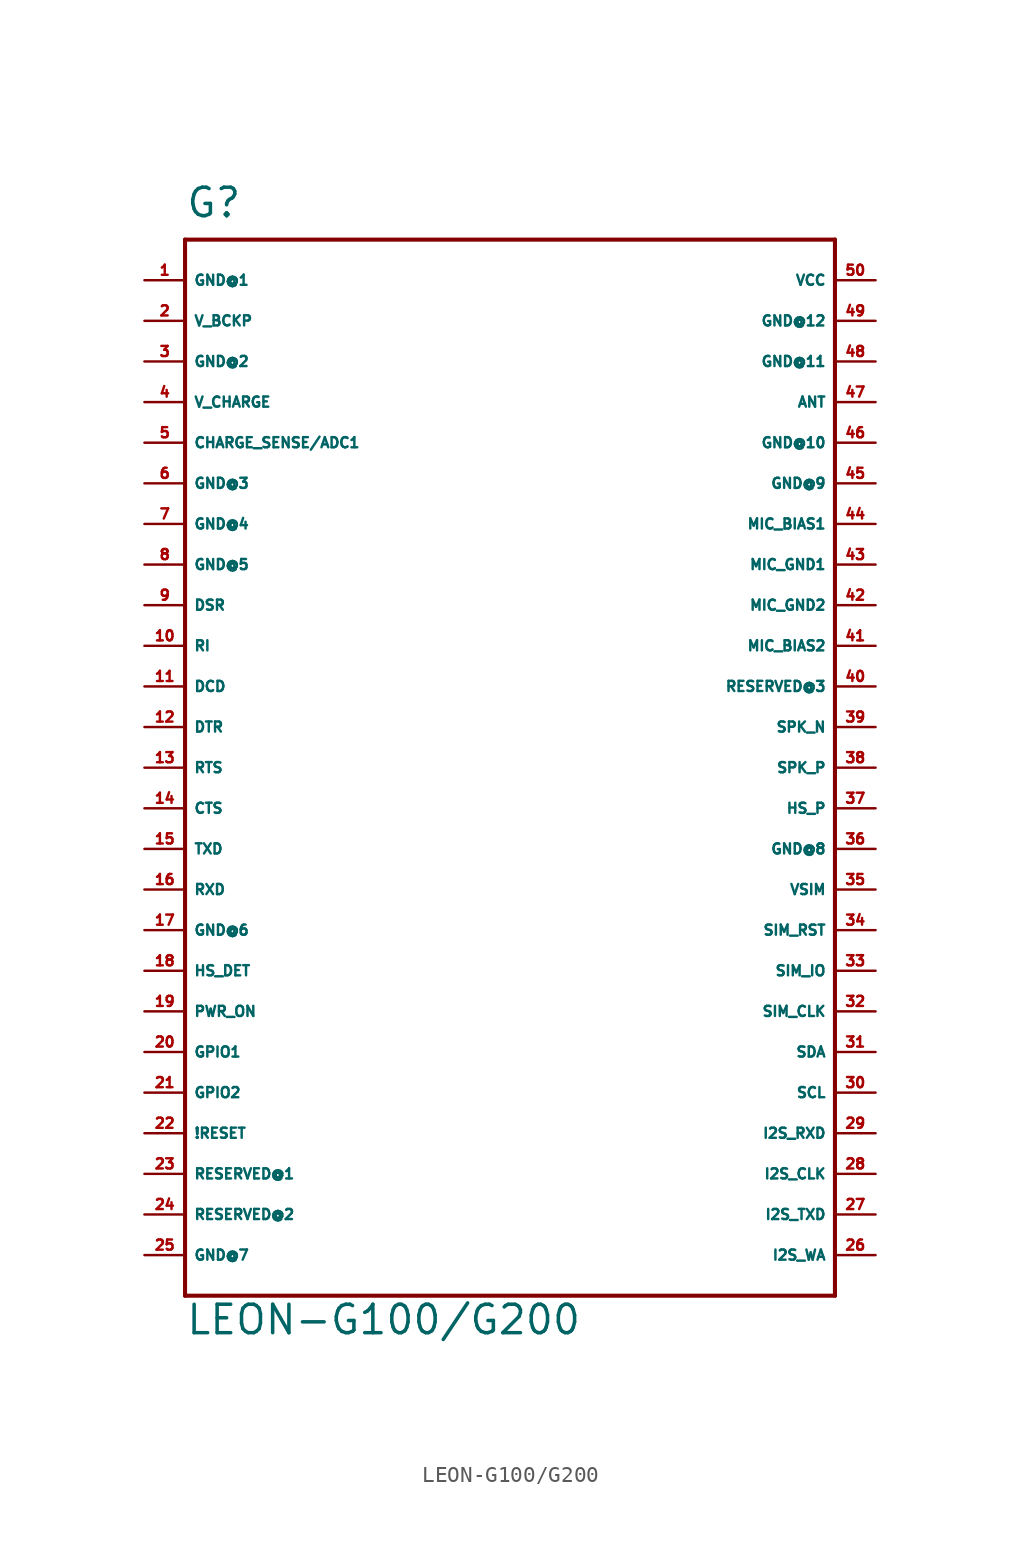
<source format=kicad_sym>
(kicad_symbol_lib
  (version 20220914)
  (generator Eagle2Kicad)
  (symbol "LEON-G100/G200"
    (property "Reference" "G"
      (at -20.32 34.29 0)
      (effects (font (size 1.778 1.778) (thickness 0.22)) (justify left bottom)))
    (property "Value" "LEON-G100/G200"
      (at -20.32 -35.56 0)
      (effects (font (size 1.778 1.778) (thickness 0.22)) (justify left bottom)))
    (polyline
      (pts (xy -20.32 33.02) (xy 20.32 33.02))
      (stroke (width 0.254) (type default))
      (fill (type none)))
    (polyline
      (pts (xy 20.32 33.02) (xy 20.32 -33.02))
      (stroke (width 0.254) (type default))
      (fill (type none)))
    (polyline
      (pts (xy 20.32 -33.02) (xy -20.32 -33.02))
      (stroke (width 0.254) (type default))
      (fill (type none)))
    (polyline
      (pts (xy -20.32 -33.02) (xy -20.32 33.02))
      (stroke (width 0.254) (type default))
      (fill (type none)))
    (pin bidirectional line
      (at 22.86 22.86 180)
      (length 2.54)
      (name "ANT" (effects (font (size 0.635 0.635) (thickness 0.08)) (justify left bottom)))
      (number "47" (effects (font (size 0.635 0.635) (thickness 0.08)) (justify left bottom))))
    (pin unspecified line
      (at -22.86 30.48 0)
      (length 2.54)
      (name "GND@1" (effects (font (size 0.635 0.635) (thickness 0.08)) (justify left bottom)))
      (number "1" (effects (font (size 0.635 0.635) (thickness 0.08)) (justify left bottom))))
    (pin unspecified line
      (at -22.86 25.4 0)
      (length 2.54)
      (name "GND@2" (effects (font (size 0.635 0.635) (thickness 0.08)) (justify left bottom)))
      (number "3" (effects (font (size 0.635 0.635) (thickness 0.08)) (justify left bottom))))
    (pin unspecified line
      (at -22.86 17.78 0)
      (length 2.54)
      (name "GND@3" (effects (font (size 0.635 0.635) (thickness 0.08)) (justify left bottom)))
      (number "6" (effects (font (size 0.635 0.635) (thickness 0.08)) (justify left bottom))))
    (pin unspecified line
      (at -22.86 15.24 0)
      (length 2.54)
      (name "GND@4" (effects (font (size 0.635 0.635) (thickness 0.08)) (justify left bottom)))
      (number "7" (effects (font (size 0.635 0.635) (thickness 0.08)) (justify left bottom))))
    (pin unspecified line
      (at -22.86 12.7 0)
      (length 2.54)
      (name "GND@5" (effects (font (size 0.635 0.635) (thickness 0.08)) (justify left bottom)))
      (number "8" (effects (font (size 0.635 0.635) (thickness 0.08)) (justify left bottom))))
    (pin unspecified line
      (at -22.86 -10.16 0)
      (length 2.54)
      (name "GND@6" (effects (font (size 0.635 0.635) (thickness 0.08)) (justify left bottom)))
      (number "17" (effects (font (size 0.635 0.635) (thickness 0.08)) (justify left bottom))))
    (pin unspecified line
      (at -22.86 -30.48 0)
      (length 2.54)
      (name "GND@7" (effects (font (size 0.635 0.635) (thickness 0.08)) (justify left bottom)))
      (number "25" (effects (font (size 0.635 0.635) (thickness 0.08)) (justify left bottom))))
    (pin unspecified line
      (at 22.86 -5.08 180)
      (length 2.54)
      (name "GND@8" (effects (font (size 0.635 0.635) (thickness 0.08)) (justify left bottom)))
      (number "36" (effects (font (size 0.635 0.635) (thickness 0.08)) (justify left bottom))))
    (pin unspecified line
      (at 22.86 17.78 180)
      (length 2.54)
      (name "GND@9" (effects (font (size 0.635 0.635) (thickness 0.08)) (justify left bottom)))
      (number "45" (effects (font (size 0.635 0.635) (thickness 0.08)) (justify left bottom))))
    (pin unspecified line
      (at 22.86 20.32 180)
      (length 2.54)
      (name "GND@10" (effects (font (size 0.635 0.635) (thickness 0.08)) (justify left bottom)))
      (number "46" (effects (font (size 0.635 0.635) (thickness 0.08)) (justify left bottom))))
    (pin unspecified line
      (at 22.86 25.4 180)
      (length 2.54)
      (name "GND@11" (effects (font (size 0.635 0.635) (thickness 0.08)) (justify left bottom)))
      (number "48" (effects (font (size 0.635 0.635) (thickness 0.08)) (justify left bottom))))
    (pin unspecified line
      (at 22.86 27.94 180)
      (length 2.54)
      (name "GND@12" (effects (font (size 0.635 0.635) (thickness 0.08)) (justify left bottom)))
      (number "49" (effects (font (size 0.635 0.635) (thickness 0.08)) (justify left bottom))))
    (pin unspecified line
      (at 22.86 30.48 180)
      (length 2.54)
      (name "VCC" (effects (font (size 0.635 0.635) (thickness 0.08)) (justify left bottom)))
      (number "50" (effects (font (size 0.635 0.635) (thickness 0.08)) (justify left bottom))))
    (pin input line
      (at -22.86 22.86 0)
      (length 2.54)
      (name "V_CHARGE" (effects (font (size 0.635 0.635) (thickness 0.08)) (justify left bottom)))
      (number "4" (effects (font (size 0.635 0.635) (thickness 0.08)) (justify left bottom))))
    (pin input line
      (at -22.86 27.94 0)
      (length 2.54)
      (name "V_BCKP" (effects (font (size 0.635 0.635) (thickness 0.08)) (justify left bottom)))
      (number "2" (effects (font (size 0.635 0.635) (thickness 0.08)) (justify left bottom))))
    (pin input line
      (at -22.86 20.32 0)
      (length 2.54)
      (name "CHARGE_SENSE/ADC1" (effects (font (size 0.635 0.635) (thickness 0.08)) (justify left bottom)))
      (number "5" (effects (font (size 0.635 0.635) (thickness 0.08)) (justify left bottom))))
    (pin input line
      (at -22.86 10.16 0)
      (length 2.54)
      (name "DSR" (effects (font (size 0.635 0.635) (thickness 0.08)) (justify left bottom)))
      (number "9" (effects (font (size 0.635 0.635) (thickness 0.08)) (justify left bottom))))
    (pin input line
      (at -22.86 7.62 0)
      (length 2.54)
      (name "RI" (effects (font (size 0.635 0.635) (thickness 0.08)) (justify left bottom)))
      (number "10" (effects (font (size 0.635 0.635) (thickness 0.08)) (justify left bottom))))
    (pin input line
      (at -22.86 5.08 0)
      (length 2.54)
      (name "DCD" (effects (font (size 0.635 0.635) (thickness 0.08)) (justify left bottom)))
      (number "11" (effects (font (size 0.635 0.635) (thickness 0.08)) (justify left bottom))))
    (pin input line
      (at -22.86 2.54 0)
      (length 2.54)
      (name "DTR" (effects (font (size 0.635 0.635) (thickness 0.08)) (justify left bottom)))
      (number "12" (effects (font (size 0.635 0.635) (thickness 0.08)) (justify left bottom))))
    (pin output line
      (at -22.86 0 0)
      (length 2.54)
      (name "RTS" (effects (font (size 0.635 0.635) (thickness 0.08)) (justify left bottom)))
      (number "13" (effects (font (size 0.635 0.635) (thickness 0.08)) (justify left bottom))))
    (pin input line
      (at -22.86 -2.54 0)
      (length 2.54)
      (name "CTS" (effects (font (size 0.635 0.635) (thickness 0.08)) (justify left bottom)))
      (number "14" (effects (font (size 0.635 0.635) (thickness 0.08)) (justify left bottom))))
    (pin output line
      (at -22.86 -5.08 0)
      (length 2.54)
      (name "TXD" (effects (font (size 0.635 0.635) (thickness 0.08)) (justify left bottom)))
      (number "15" (effects (font (size 0.635 0.635) (thickness 0.08)) (justify left bottom))))
    (pin input line
      (at -22.86 -7.62 0)
      (length 2.54)
      (name "RXD" (effects (font (size 0.635 0.635) (thickness 0.08)) (justify left bottom)))
      (number "16" (effects (font (size 0.635 0.635) (thickness 0.08)) (justify left bottom))))
    (pin input line
      (at -22.86 -17.78 0)
      (length 2.54)
      (name "GPIO1" (effects (font (size 0.635 0.635) (thickness 0.08)) (justify left bottom)))
      (number "20" (effects (font (size 0.635 0.635) (thickness 0.08)) (justify left bottom))))
    (pin input line
      (at -22.86 -20.32 0)
      (length 2.54)
      (name "GPIO2" (effects (font (size 0.635 0.635) (thickness 0.08)) (justify left bottom)))
      (number "21" (effects (font (size 0.635 0.635) (thickness 0.08)) (justify left bottom))))
    (pin input line
      (at -22.86 -22.86 0)
      (length 2.54)
      (name "!RESET" (effects (font (size 0.635 0.635) (thickness 0.08)) (justify left bottom)))
      (number "22" (effects (font (size 0.635 0.635) (thickness 0.08)) (justify left bottom))))
    (pin passive line
      (at -22.86 -25.4 0)
      (length 2.54)
      (name "RESERVED@1" (effects (font (size 0.635 0.635) (thickness 0.08)) (justify left bottom)))
      (number "23" (effects (font (size 0.635 0.635) (thickness 0.08)) (justify left bottom))))
    (pin passive line
      (at -22.86 -27.94 0)
      (length 2.54)
      (name "RESERVED@2" (effects (font (size 0.635 0.635) (thickness 0.08)) (justify left bottom)))
      (number "24" (effects (font (size 0.635 0.635) (thickness 0.08)) (justify left bottom))))
    (pin output line
      (at 22.86 -30.48 180)
      (length 2.54)
      (name "I2S_WA" (effects (font (size 0.635 0.635) (thickness 0.08)) (justify left bottom)))
      (number "26" (effects (font (size 0.635 0.635) (thickness 0.08)) (justify left bottom))))
    (pin output line
      (at 22.86 -27.94 180)
      (length 2.54)
      (name "I2S_TXD" (effects (font (size 0.635 0.635) (thickness 0.08)) (justify left bottom)))
      (number "27" (effects (font (size 0.635 0.635) (thickness 0.08)) (justify left bottom))))
    (pin output line
      (at 22.86 -25.4 180)
      (length 2.54)
      (name "I2S_CLK" (effects (font (size 0.635 0.635) (thickness 0.08)) (justify left bottom)))
      (number "28" (effects (font (size 0.635 0.635) (thickness 0.08)) (justify left bottom))))
    (pin output line
      (at 22.86 -22.86 180)
      (length 2.54)
      (name "I2S_RXD" (effects (font (size 0.635 0.635) (thickness 0.08)) (justify left bottom)))
      (number "29" (effects (font (size 0.635 0.635) (thickness 0.08)) (justify left bottom))))
    (pin input line
      (at 22.86 -20.32 180)
      (length 2.54)
      (name "SCL" (effects (font (size 0.635 0.635) (thickness 0.08)) (justify left bottom)))
      (number "30" (effects (font (size 0.635 0.635) (thickness 0.08)) (justify left bottom))))
    (pin input line
      (at 22.86 -17.78 180)
      (length 2.54)
      (name "SDA" (effects (font (size 0.635 0.635) (thickness 0.08)) (justify left bottom)))
      (number "31" (effects (font (size 0.635 0.635) (thickness 0.08)) (justify left bottom))))
    (pin input line
      (at 22.86 -15.24 180)
      (length 2.54)
      (name "SIM_CLK" (effects (font (size 0.635 0.635) (thickness 0.08)) (justify left bottom)))
      (number "32" (effects (font (size 0.635 0.635) (thickness 0.08)) (justify left bottom))))
    (pin input line
      (at 22.86 -12.7 180)
      (length 2.54)
      (name "SIM_IO" (effects (font (size 0.635 0.635) (thickness 0.08)) (justify left bottom)))
      (number "33" (effects (font (size 0.635 0.635) (thickness 0.08)) (justify left bottom))))
    (pin input line
      (at 22.86 -10.16 180)
      (length 2.54)
      (name "SIM_RST" (effects (font (size 0.635 0.635) (thickness 0.08)) (justify left bottom)))
      (number "34" (effects (font (size 0.635 0.635) (thickness 0.08)) (justify left bottom))))
    (pin input line
      (at 22.86 -7.62 180)
      (length 2.54)
      (name "VSIM" (effects (font (size 0.635 0.635) (thickness 0.08)) (justify left bottom)))
      (number "35" (effects (font (size 0.635 0.635) (thickness 0.08)) (justify left bottom))))
    (pin output line
      (at 22.86 -2.54 180)
      (length 2.54)
      (name "HS_P" (effects (font (size 0.635 0.635) (thickness 0.08)) (justify left bottom)))
      (number "37" (effects (font (size 0.635 0.635) (thickness 0.08)) (justify left bottom))))
    (pin output line
      (at 22.86 0 180)
      (length 2.54)
      (name "SPK_P" (effects (font (size 0.635 0.635) (thickness 0.08)) (justify left bottom)))
      (number "38" (effects (font (size 0.635 0.635) (thickness 0.08)) (justify left bottom))))
    (pin output line
      (at 22.86 2.54 180)
      (length 2.54)
      (name "SPK_N" (effects (font (size 0.635 0.635) (thickness 0.08)) (justify left bottom)))
      (number "39" (effects (font (size 0.635 0.635) (thickness 0.08)) (justify left bottom))))
    (pin passive line
      (at 22.86 5.08 180)
      (length 2.54)
      (name "RESERVED@3" (effects (font (size 0.635 0.635) (thickness 0.08)) (justify left bottom)))
      (number "40" (effects (font (size 0.635 0.635) (thickness 0.08)) (justify left bottom))))
    (pin input line
      (at -22.86 -12.7 0)
      (length 2.54)
      (name "HS_DET" (effects (font (size 0.635 0.635) (thickness 0.08)) (justify left bottom)))
      (number "18" (effects (font (size 0.635 0.635) (thickness 0.08)) (justify left bottom))))
    (pin input line
      (at -22.86 -15.24 0)
      (length 2.54)
      (name "PWR_ON" (effects (font (size 0.635 0.635) (thickness 0.08)) (justify left bottom)))
      (number "19" (effects (font (size 0.635 0.635) (thickness 0.08)) (justify left bottom))))
    (pin input line
      (at 22.86 7.62 180)
      (length 2.54)
      (name "MIC_BIAS2" (effects (font (size 0.635 0.635) (thickness 0.08)) (justify left bottom)))
      (number "41" (effects (font (size 0.635 0.635) (thickness 0.08)) (justify left bottom))))
    (pin passive line
      (at 22.86 10.16 180)
      (length 2.54)
      (name "MIC_GND2" (effects (font (size 0.635 0.635) (thickness 0.08)) (justify left bottom)))
      (number "42" (effects (font (size 0.635 0.635) (thickness 0.08)) (justify left bottom))))
    (pin passive line
      (at 22.86 12.7 180)
      (length 2.54)
      (name "MIC_GND1" (effects (font (size 0.635 0.635) (thickness 0.08)) (justify left bottom)))
      (number "43" (effects (font (size 0.635 0.635) (thickness 0.08)) (justify left bottom))))
    (pin input line
      (at 22.86 15.24 180)
      (length 2.54)
      (name "MIC_BIAS1" (effects (font (size 0.635 0.635) (thickness 0.08)) (justify left bottom)))
      (number "44" (effects (font (size 0.635 0.635) (thickness 0.08)) (justify left bottom))))))
</source>
